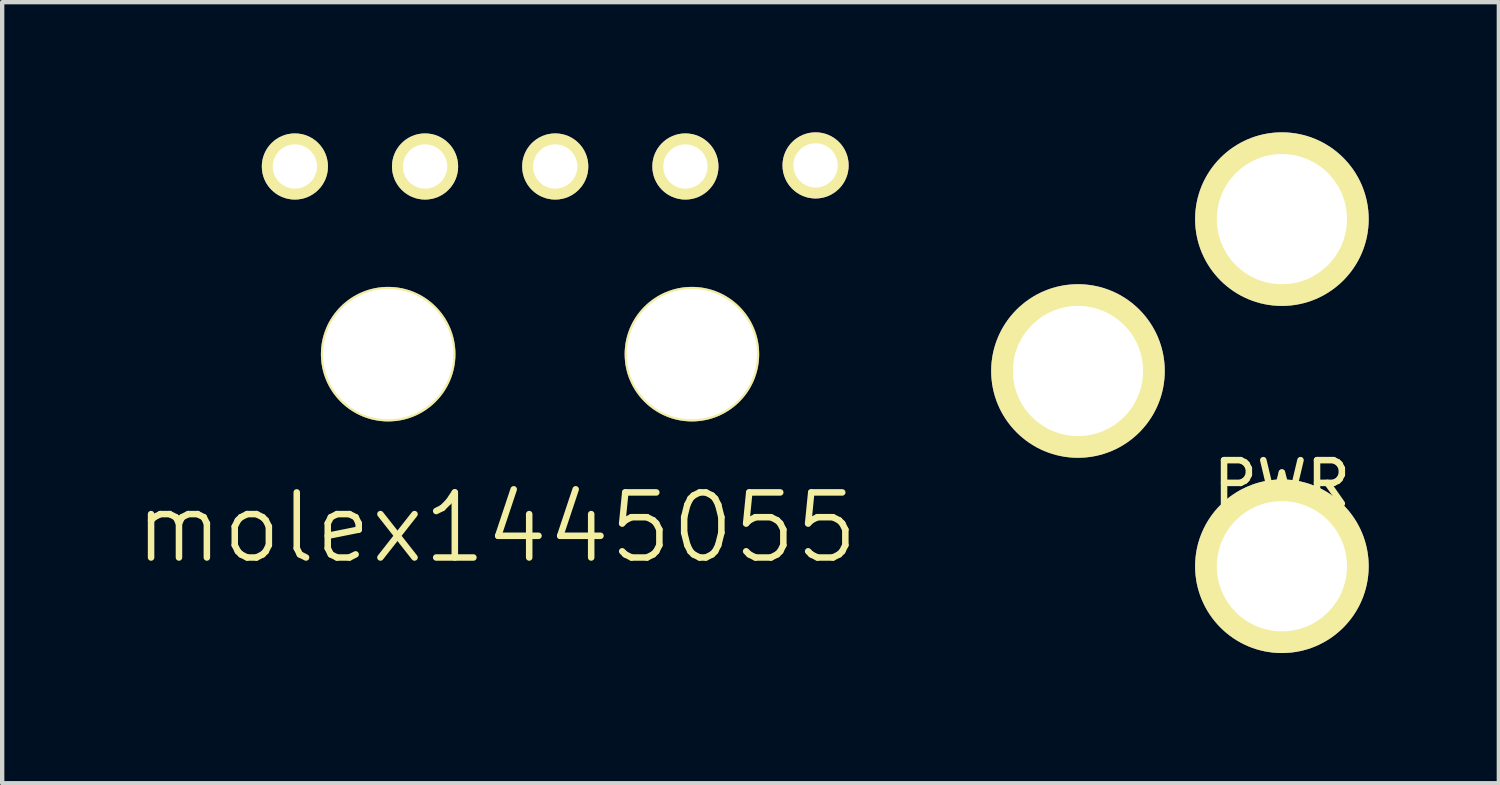
<source format=kicad_pcb>
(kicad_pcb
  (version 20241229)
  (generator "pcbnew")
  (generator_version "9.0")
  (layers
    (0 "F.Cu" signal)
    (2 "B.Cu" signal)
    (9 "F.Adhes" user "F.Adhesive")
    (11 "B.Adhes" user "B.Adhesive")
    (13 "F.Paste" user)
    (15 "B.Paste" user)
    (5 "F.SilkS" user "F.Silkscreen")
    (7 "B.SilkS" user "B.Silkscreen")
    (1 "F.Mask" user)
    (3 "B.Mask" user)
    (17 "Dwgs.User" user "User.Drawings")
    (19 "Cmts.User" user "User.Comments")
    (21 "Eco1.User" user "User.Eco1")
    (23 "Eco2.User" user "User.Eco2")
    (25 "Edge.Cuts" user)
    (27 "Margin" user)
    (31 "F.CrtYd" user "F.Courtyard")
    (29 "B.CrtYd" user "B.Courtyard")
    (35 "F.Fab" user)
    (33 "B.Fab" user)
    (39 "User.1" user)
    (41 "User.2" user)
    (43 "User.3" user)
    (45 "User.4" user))
  (footprint "molex1445055"
    (layer "F.Cu")
    (at 9.571 2.112)
    (property "Reference" "molex1445055" (at -1.175 7 0) (layer "F.SilkS") (effects (font (size 1.5 1.5) (thickness 0.15))))
    (attr through_hole)
    (pad "" thru_hole circle (at -3.675 3) (size 3.1 3.1) (drill 3) (layers "*.Cu" "*.Mask" "F.SilkS"))
    (pad "" thru_hole circle (at 3.325 3) (size 3.1 3.1) (drill 3) (layers "*.Cu" "*.Mask" "F.SilkS"))
    (pad "1" thru_hole circle (at -5.825 -1.325) (size 1.524 1.524) (drill 1.02) (layers "*.Cu" "*.Mask" "F.SilkS"))
    (pad "1" thru_hole circle (at -2.825 -1.325) (size 1.524 1.524) (drill 1.02) (layers "*.Cu" "*.Mask" "F.SilkS"))
    (pad "1" thru_hole circle (at 0.175 -1.325) (size 1.524 1.524) (drill 1.02) (layers "*.Cu" "*.Mask" "F.SilkS"))
    (pad "1" thru_hole circle (at 3.175 -1.325) (size 1.524 1.524) (drill 1.02) (layers "*.Cu" "*.Mask" "F.SilkS"))
    (pad "1" thru_hole circle (at 6.175 -1.35) (size 1.524 1.524) (drill 1.02) (layers "*.Cu" "*.Mask" "F.SilkS")))
  (footprint "PWR"
    (layer "F.Cu")
    (at 26.493 4.6)
    (property "Reference" "PWR" (at 0 3.5 0) (layer "F.SilkS") (effects (font (size 1 1) (thickness 0.15))))
    (attr through_hole)
    (pad "1" thru_hole circle (at 0 -2.6) (size 4 4) (drill 3) (layers "*.Cu" "*.Mask" "F.SilkS"))
    (pad "2" thru_hole circle (at 0 5.4) (size 4 4) (drill 3) (layers "*.Cu" "*.Mask" "F.SilkS"))
    (pad "3" thru_hole circle (at -4.7 0.9) (size 4 4) (drill 3) (layers "*.Cu" "*.Mask" "F.SilkS")))
  (gr_rect
    (start -3 -3)
    (end 31.493 15)
    (stroke (width 0.1) (type default))
    (fill no)
    (layer "Edge.Cuts")))
</source>
